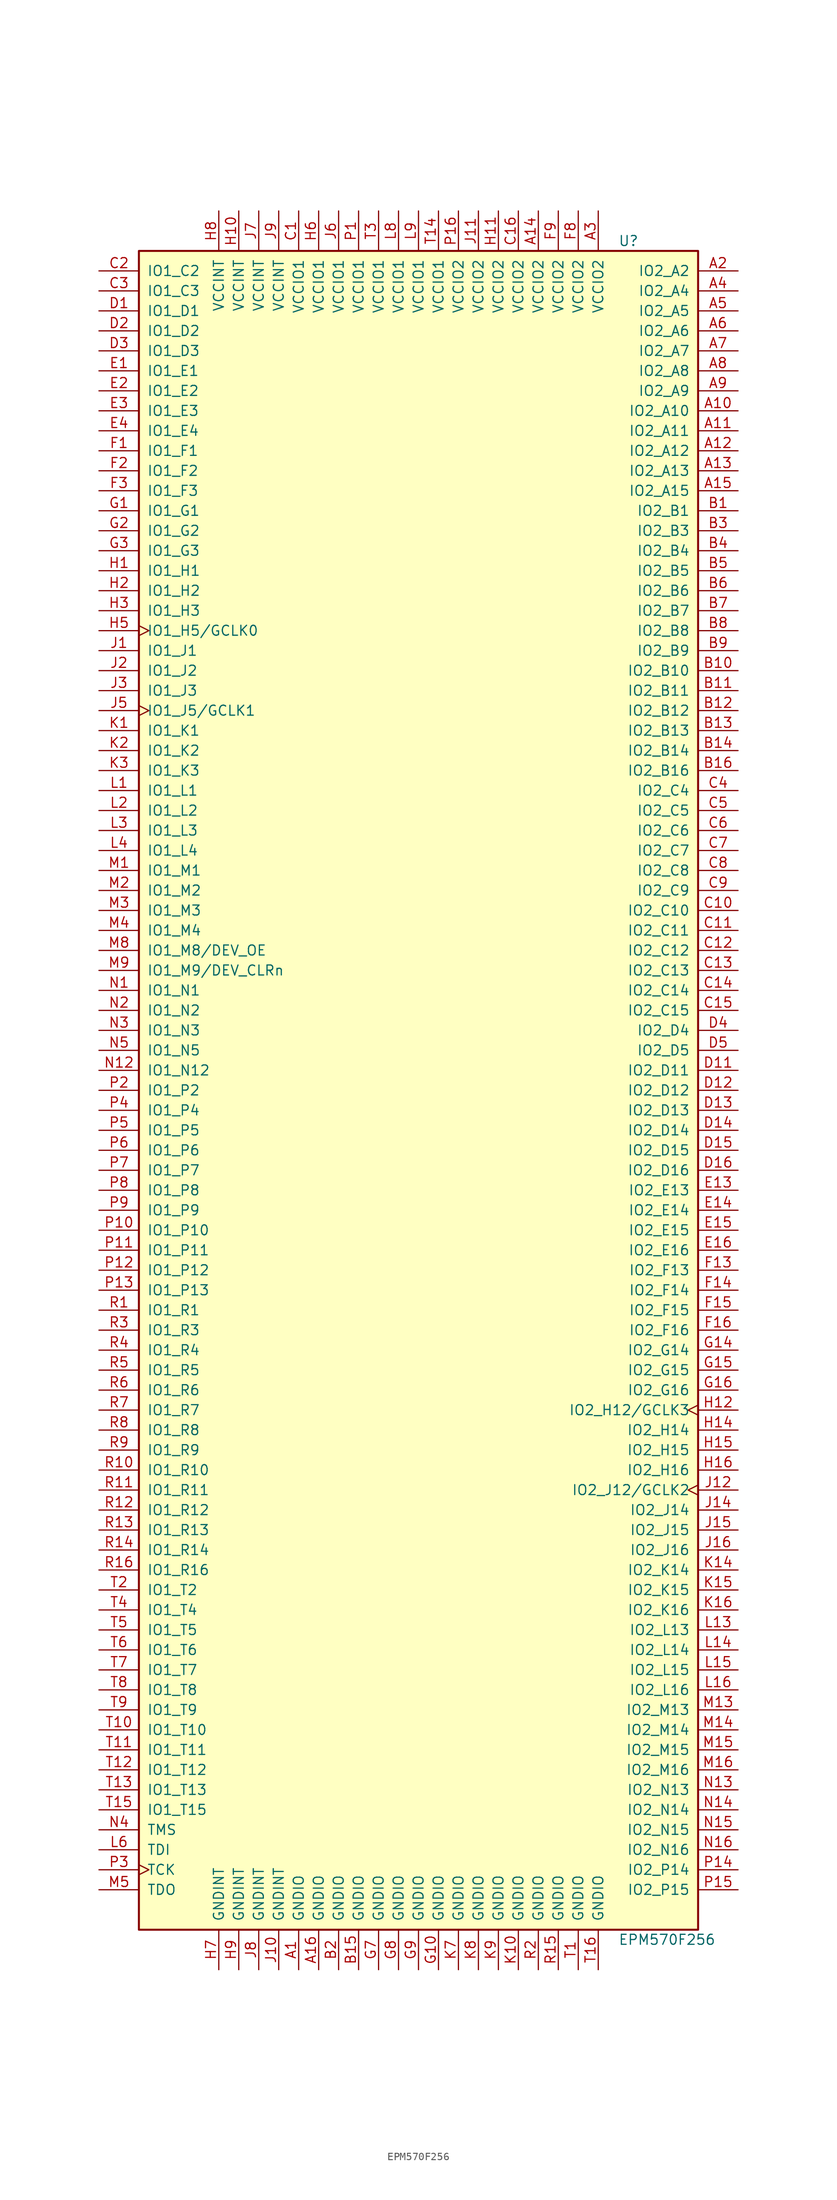
<source format=kicad_sym>
(kicad_symbol_lib
  (version 20201005)
  (generator kicad_symbol_editor)
  (symbol "EPM570F256"
    (pin_names
      (offset 1.016))
    (property "Reference" "U"
      (at 25.4 107.95 0)
      (effects (font (size 1.27 1.27)) (justify left)))
    (property "Value" "EPM570F256"
      (at 25.4 -107.95 0)
      (effects (font (size 1.27 1.27)) (justify left)))
    (property "ki_locked" ""
      (at 0 0 0)
      (effects (font (size 1.27 1.27))))
    (symbol "EPM570F256_1_1"
      (rectangle (start -35.56 106.68) (end 35.56 -106.68) (stroke (width 0.254)) (fill (type background)))
      (pin bidirectional line (at 40.64 104.14 180) (length 5.08) (name "IO2_A2" (effects (font (size 1.27 1.27)))) (number "A2" (effects (font (size 1.27 1.27)))))
      (pin bidirectional line (at 40.64 101.6 180) (length 5.08) (name "IO2_A4" (effects (font (size 1.27 1.27)))) (number "A4" (effects (font (size 1.27 1.27)))))
      (pin bidirectional line (at 40.64 99.06 180) (length 5.08) (name "IO2_A5" (effects (font (size 1.27 1.27)))) (number "A5" (effects (font (size 1.27 1.27)))))
      (pin bidirectional line (at 40.64 96.52 180) (length 5.08) (name "IO2_A6" (effects (font (size 1.27 1.27)))) (number "A6" (effects (font (size 1.27 1.27)))))
      (pin bidirectional line (at 40.64 93.98 180) (length 5.08) (name "IO2_A7" (effects (font (size 1.27 1.27)))) (number "A7" (effects (font (size 1.27 1.27)))))
      (pin bidirectional line (at 40.64 91.44 180) (length 5.08) (name "IO2_A8" (effects (font (size 1.27 1.27)))) (number "A8" (effects (font (size 1.27 1.27)))))
      (pin bidirectional line (at 40.64 88.9 180) (length 5.08) (name "IO2_A9" (effects (font (size 1.27 1.27)))) (number "A9" (effects (font (size 1.27 1.27)))))
      (pin bidirectional line (at 40.64 86.36 180) (length 5.08) (name "IO2_A10" (effects (font (size 1.27 1.27)))) (number "A10" (effects (font (size 1.27 1.27)))))
      (pin bidirectional line (at 40.64 83.82 180) (length 5.08) (name "IO2_A11" (effects (font (size 1.27 1.27)))) (number "A11" (effects (font (size 1.27 1.27)))))
      (pin bidirectional line (at 40.64 81.28 180) (length 5.08) (name "IO2_A12" (effects (font (size 1.27 1.27)))) (number "A12" (effects (font (size 1.27 1.27)))))
      (pin bidirectional line (at 40.64 78.74 180) (length 5.08) (name "IO2_A13" (effects (font (size 1.27 1.27)))) (number "A13" (effects (font (size 1.27 1.27)))))
      (pin bidirectional line (at 40.64 76.2 180) (length 5.08) (name "IO2_A15" (effects (font (size 1.27 1.27)))) (number "A15" (effects (font (size 1.27 1.27)))))
      (pin bidirectional line (at 40.64 73.66 180) (length 5.08) (name "IO2_B1" (effects (font (size 1.27 1.27)))) (number "B1" (effects (font (size 1.27 1.27)))))
      (pin bidirectional line (at 40.64 71.12 180) (length 5.08) (name "IO2_B3" (effects (font (size 1.27 1.27)))) (number "B3" (effects (font (size 1.27 1.27)))))
      (pin bidirectional line (at 40.64 68.58 180) (length 5.08) (name "IO2_B4" (effects (font (size 1.27 1.27)))) (number "B4" (effects (font (size 1.27 1.27)))))
      (pin bidirectional line (at 40.64 66.04 180) (length 5.08) (name "IO2_B5" (effects (font (size 1.27 1.27)))) (number "B5" (effects (font (size 1.27 1.27)))))
      (pin bidirectional line (at 40.64 63.5 180) (length 5.08) (name "IO2_B6" (effects (font (size 1.27 1.27)))) (number "B6" (effects (font (size 1.27 1.27)))))
      (pin bidirectional line (at 40.64 60.96 180) (length 5.08) (name "IO2_B7" (effects (font (size 1.27 1.27)))) (number "B7" (effects (font (size 1.27 1.27)))))
      (pin bidirectional line (at 40.64 58.42 180) (length 5.08) (name "IO2_B8" (effects (font (size 1.27 1.27)))) (number "B8" (effects (font (size 1.27 1.27)))))
      (pin bidirectional line (at 40.64 55.88 180) (length 5.08) (name "IO2_B9" (effects (font (size 1.27 1.27)))) (number "B9" (effects (font (size 1.27 1.27)))))
      (pin bidirectional line (at 40.64 53.34 180) (length 5.08) (name "IO2_B10" (effects (font (size 1.27 1.27)))) (number "B10" (effects (font (size 1.27 1.27)))))
      (pin bidirectional line (at 40.64 50.8 180) (length 5.08) (name "IO2_B11" (effects (font (size 1.27 1.27)))) (number "B11" (effects (font (size 1.27 1.27)))))
      (pin bidirectional line (at 40.64 48.26 180) (length 5.08) (name "IO2_B12" (effects (font (size 1.27 1.27)))) (number "B12" (effects (font (size 1.27 1.27)))))
      (pin bidirectional line (at 40.64 45.72 180) (length 5.08) (name "IO2_B13" (effects (font (size 1.27 1.27)))) (number "B13" (effects (font (size 1.27 1.27)))))
      (pin bidirectional line (at 40.64 43.18 180) (length 5.08) (name "IO2_B14" (effects (font (size 1.27 1.27)))) (number "B14" (effects (font (size 1.27 1.27)))))
      (pin bidirectional line (at 40.64 40.64 180) (length 5.08) (name "IO2_B16" (effects (font (size 1.27 1.27)))) (number "B16" (effects (font (size 1.27 1.27)))))
      (pin bidirectional line (at -40.64 104.14 0) (length 5.08) (name "IO1_C2" (effects (font (size 1.27 1.27)))) (number "C2" (effects (font (size 1.27 1.27)))))
      (pin bidirectional line (at -40.64 101.6 0) (length 5.08) (name "IO1_C3" (effects (font (size 1.27 1.27)))) (number "C3" (effects (font (size 1.27 1.27)))))
      (pin bidirectional line (at 40.64 38.1 180) (length 5.08) (name "IO2_C4" (effects (font (size 1.27 1.27)))) (number "C4" (effects (font (size 1.27 1.27)))))
      (pin bidirectional line (at 40.64 35.56 180) (length 5.08) (name "IO2_C5" (effects (font (size 1.27 1.27)))) (number "C5" (effects (font (size 1.27 1.27)))))
      (pin bidirectional line (at 40.64 33.02 180) (length 5.08) (name "IO2_C6" (effects (font (size 1.27 1.27)))) (number "C6" (effects (font (size 1.27 1.27)))))
      (pin bidirectional line (at 40.64 30.48 180) (length 5.08) (name "IO2_C7" (effects (font (size 1.27 1.27)))) (number "C7" (effects (font (size 1.27 1.27)))))
      (pin bidirectional line (at 40.64 27.94 180) (length 5.08) (name "IO2_C8" (effects (font (size 1.27 1.27)))) (number "C8" (effects (font (size 1.27 1.27)))))
      (pin bidirectional line (at 40.64 25.4 180) (length 5.08) (name "IO2_C9" (effects (font (size 1.27 1.27)))) (number "C9" (effects (font (size 1.27 1.27)))))
      (pin bidirectional line (at 40.64 22.86 180) (length 5.08) (name "IO2_C10" (effects (font (size 1.27 1.27)))) (number "C10" (effects (font (size 1.27 1.27)))))
      (pin bidirectional line (at 40.64 20.32 180) (length 5.08) (name "IO2_C11" (effects (font (size 1.27 1.27)))) (number "C11" (effects (font (size 1.27 1.27)))))
      (pin bidirectional line (at 40.64 17.78 180) (length 5.08) (name "IO2_C12" (effects (font (size 1.27 1.27)))) (number "C12" (effects (font (size 1.27 1.27)))))
      (pin bidirectional line (at 40.64 15.24 180) (length 5.08) (name "IO2_C13" (effects (font (size 1.27 1.27)))) (number "C13" (effects (font (size 1.27 1.27)))))
      (pin bidirectional line (at 40.64 12.7 180) (length 5.08) (name "IO2_C14" (effects (font (size 1.27 1.27)))) (number "C14" (effects (font (size 1.27 1.27)))))
      (pin bidirectional line (at 40.64 10.16 180) (length 5.08) (name "IO2_C15" (effects (font (size 1.27 1.27)))) (number "C15" (effects (font (size 1.27 1.27)))))
      (pin bidirectional line (at -40.64 99.06 0) (length 5.08) (name "IO1_D1" (effects (font (size 1.27 1.27)))) (number "D1" (effects (font (size 1.27 1.27)))))
      (pin bidirectional line (at -40.64 96.52 0) (length 5.08) (name "IO1_D2" (effects (font (size 1.27 1.27)))) (number "D2" (effects (font (size 1.27 1.27)))))
      (pin bidirectional line (at -40.64 93.98 0) (length 5.08) (name "IO1_D3" (effects (font (size 1.27 1.27)))) (number "D3" (effects (font (size 1.27 1.27)))))
      (pin bidirectional line (at 40.64 7.62 180) (length 5.08) (name "IO2_D4" (effects (font (size 1.27 1.27)))) (number "D4" (effects (font (size 1.27 1.27)))))
      (pin bidirectional line (at 40.64 5.08 180) (length 5.08) (name "IO2_D5" (effects (font (size 1.27 1.27)))) (number "D5" (effects (font (size 1.27 1.27)))))
      (pin bidirectional line (at 40.64 2.54 180) (length 5.08) (name "IO2_D11" (effects (font (size 1.27 1.27)))) (number "D11" (effects (font (size 1.27 1.27)))))
      (pin bidirectional line (at 40.64 0 180) (length 5.08) (name "IO2_D12" (effects (font (size 1.27 1.27)))) (number "D12" (effects (font (size 1.27 1.27)))))
      (pin bidirectional line (at 40.64 -2.54 180) (length 5.08) (name "IO2_D13" (effects (font (size 1.27 1.27)))) (number "D13" (effects (font (size 1.27 1.27)))))
      (pin bidirectional line (at 40.64 -5.08 180) (length 5.08) (name "IO2_D14" (effects (font (size 1.27 1.27)))) (number "D14" (effects (font (size 1.27 1.27)))))
      (pin bidirectional line (at 40.64 -7.62 180) (length 5.08) (name "IO2_D15" (effects (font (size 1.27 1.27)))) (number "D15" (effects (font (size 1.27 1.27)))))
      (pin bidirectional line (at 40.64 -10.16 180) (length 5.08) (name "IO2_D16" (effects (font (size 1.27 1.27)))) (number "D16" (effects (font (size 1.27 1.27)))))
      (pin bidirectional line (at -40.64 91.44 0) (length 5.08) (name "IO1_E1" (effects (font (size 1.27 1.27)))) (number "E1" (effects (font (size 1.27 1.27)))))
      (pin bidirectional line (at -40.64 88.9 0) (length 5.08) (name "IO1_E2" (effects (font (size 1.27 1.27)))) (number "E2" (effects (font (size 1.27 1.27)))))
      (pin bidirectional line (at -40.64 86.36 0) (length 5.08) (name "IO1_E3" (effects (font (size 1.27 1.27)))) (number "E3" (effects (font (size 1.27 1.27)))))
      (pin bidirectional line (at -40.64 83.82 0) (length 5.08) (name "IO1_E4" (effects (font (size 1.27 1.27)))) (number "E4" (effects (font (size 1.27 1.27)))))
      (pin bidirectional line (at 40.64 -12.7 180) (length 5.08) (name "IO2_E13" (effects (font (size 1.27 1.27)))) (number "E13" (effects (font (size 1.27 1.27)))))
      (pin bidirectional line (at 40.64 -15.24 180) (length 5.08) (name "IO2_E14" (effects (font (size 1.27 1.27)))) (number "E14" (effects (font (size 1.27 1.27)))))
      (pin bidirectional line (at 40.64 -17.78 180) (length 5.08) (name "IO2_E15" (effects (font (size 1.27 1.27)))) (number "E15" (effects (font (size 1.27 1.27)))))
      (pin bidirectional line (at 40.64 -20.32 180) (length 5.08) (name "IO2_E16" (effects (font (size 1.27 1.27)))) (number "E16" (effects (font (size 1.27 1.27)))))
      (pin bidirectional line (at -40.64 81.28 0) (length 5.08) (name "IO1_F1" (effects (font (size 1.27 1.27)))) (number "F1" (effects (font (size 1.27 1.27)))))
      (pin bidirectional line (at -40.64 78.74 0) (length 5.08) (name "IO1_F2" (effects (font (size 1.27 1.27)))) (number "F2" (effects (font (size 1.27 1.27)))))
      (pin bidirectional line (at -40.64 76.2 0) (length 5.08) (name "IO1_F3" (effects (font (size 1.27 1.27)))) (number "F3" (effects (font (size 1.27 1.27)))))
      (pin bidirectional line (at 40.64 -22.86 180) (length 5.08) (name "IO2_F13" (effects (font (size 1.27 1.27)))) (number "F13" (effects (font (size 1.27 1.27)))))
      (pin bidirectional line (at 40.64 -25.4 180) (length 5.08) (name "IO2_F14" (effects (font (size 1.27 1.27)))) (number "F14" (effects (font (size 1.27 1.27)))))
      (pin bidirectional line (at 40.64 -27.94 180) (length 5.08) (name "IO2_F15" (effects (font (size 1.27 1.27)))) (number "F15" (effects (font (size 1.27 1.27)))))
      (pin bidirectional line (at 40.64 -30.48 180) (length 5.08) (name "IO2_F16" (effects (font (size 1.27 1.27)))) (number "F16" (effects (font (size 1.27 1.27)))))
      (pin bidirectional line (at -40.64 73.66 0) (length 5.08) (name "IO1_G1" (effects (font (size 1.27 1.27)))) (number "G1" (effects (font (size 1.27 1.27)))))
      (pin bidirectional line (at -40.64 71.12 0) (length 5.08) (name "IO1_G2" (effects (font (size 1.27 1.27)))) (number "G2" (effects (font (size 1.27 1.27)))))
      (pin bidirectional line (at -40.64 68.58 0) (length 5.08) (name "IO1_G3" (effects (font (size 1.27 1.27)))) (number "G3" (effects (font (size 1.27 1.27)))))
      (pin bidirectional line (at 40.64 -33.02 180) (length 5.08) (name "IO2_G14" (effects (font (size 1.27 1.27)))) (number "G14" (effects (font (size 1.27 1.27)))))
      (pin bidirectional line (at 40.64 -35.56 180) (length 5.08) (name "IO2_G15" (effects (font (size 1.27 1.27)))) (number "G15" (effects (font (size 1.27 1.27)))))
      (pin bidirectional line (at 40.64 -38.1 180) (length 5.08) (name "IO2_G16" (effects (font (size 1.27 1.27)))) (number "G16" (effects (font (size 1.27 1.27)))))
      (pin bidirectional line (at -40.64 66.04 0) (length 5.08) (name "IO1_H1" (effects (font (size 1.27 1.27)))) (number "H1" (effects (font (size 1.27 1.27)))))
      (pin bidirectional line (at -40.64 63.5 0) (length 5.08) (name "IO1_H2" (effects (font (size 1.27 1.27)))) (number "H2" (effects (font (size 1.27 1.27)))))
      (pin bidirectional line (at -40.64 60.96 0) (length 5.08) (name "IO1_H3" (effects (font (size 1.27 1.27)))) (number "H3" (effects (font (size 1.27 1.27)))))
      (pin bidirectional clock (at -40.64 58.42 0) (length 5.08) (name "IO1_H5/GCLK0" (effects (font (size 1.27 1.27)))) (number "H5" (effects (font (size 1.27 1.27)))))
      (pin bidirectional clock (at 40.64 -40.64 180) (length 5.08) (name "IO2_H12/GCLK3" (effects (font (size 1.27 1.27)))) (number "H12" (effects (font (size 1.27 1.27)))))
      (pin bidirectional line (at 40.64 -43.18 180) (length 5.08) (name "IO2_H14" (effects (font (size 1.27 1.27)))) (number "H14" (effects (font (size 1.27 1.27)))))
      (pin bidirectional line (at 40.64 -45.72 180) (length 5.08) (name "IO2_H15" (effects (font (size 1.27 1.27)))) (number "H15" (effects (font (size 1.27 1.27)))))
      (pin bidirectional line (at 40.64 -48.26 180) (length 5.08) (name "IO2_H16" (effects (font (size 1.27 1.27)))) (number "H16" (effects (font (size 1.27 1.27)))))
      (pin bidirectional line (at -40.64 55.88 0) (length 5.08) (name "IO1_J1" (effects (font (size 1.27 1.27)))) (number "J1" (effects (font (size 1.27 1.27)))))
      (pin bidirectional line (at -40.64 53.34 0) (length 5.08) (name "IO1_J2" (effects (font (size 1.27 1.27)))) (number "J2" (effects (font (size 1.27 1.27)))))
      (pin bidirectional line (at -40.64 50.8 0) (length 5.08) (name "IO1_J3" (effects (font (size 1.27 1.27)))) (number "J3" (effects (font (size 1.27 1.27)))))
      (pin bidirectional clock (at -40.64 48.26 0) (length 5.08) (name "IO1_J5/GCLK1" (effects (font (size 1.27 1.27)))) (number "J5" (effects (font (size 1.27 1.27)))))
      (pin bidirectional clock (at 40.64 -50.8 180) (length 5.08) (name "IO2_J12/GCLK2" (effects (font (size 1.27 1.27)))) (number "J12" (effects (font (size 1.27 1.27)))))
      (pin bidirectional line (at 40.64 -53.34 180) (length 5.08) (name "IO2_J14" (effects (font (size 1.27 1.27)))) (number "J14" (effects (font (size 1.27 1.27)))))
      (pin bidirectional line (at 40.64 -55.88 180) (length 5.08) (name "IO2_J15" (effects (font (size 1.27 1.27)))) (number "J15" (effects (font (size 1.27 1.27)))))
      (pin bidirectional line (at 40.64 -58.42 180) (length 5.08) (name "IO2_J16" (effects (font (size 1.27 1.27)))) (number "J16" (effects (font (size 1.27 1.27)))))
      (pin bidirectional line (at -40.64 45.72 0) (length 5.08) (name "IO1_K1" (effects (font (size 1.27 1.27)))) (number "K1" (effects (font (size 1.27 1.27)))))
      (pin bidirectional line (at -40.64 43.18 0) (length 5.08) (name "IO1_K2" (effects (font (size 1.27 1.27)))) (number "K2" (effects (font (size 1.27 1.27)))))
      (pin bidirectional line (at -40.64 40.64 0) (length 5.08) (name "IO1_K3" (effects (font (size 1.27 1.27)))) (number "K3" (effects (font (size 1.27 1.27)))))
      (pin bidirectional line (at 40.64 -60.96 180) (length 5.08) (name "IO2_K14" (effects (font (size 1.27 1.27)))) (number "K14" (effects (font (size 1.27 1.27)))))
      (pin bidirectional line (at 40.64 -63.5 180) (length 5.08) (name "IO2_K15" (effects (font (size 1.27 1.27)))) (number "K15" (effects (font (size 1.27 1.27)))))
      (pin bidirectional line (at 40.64 -66.04 180) (length 5.08) (name "IO2_K16" (effects (font (size 1.27 1.27)))) (number "K16" (effects (font (size 1.27 1.27)))))
      (pin bidirectional line (at -40.64 38.1 0) (length 5.08) (name "IO1_L1" (effects (font (size 1.27 1.27)))) (number "L1" (effects (font (size 1.27 1.27)))))
      (pin bidirectional line (at -40.64 35.56 0) (length 5.08) (name "IO1_L2" (effects (font (size 1.27 1.27)))) (number "L2" (effects (font (size 1.27 1.27)))))
      (pin bidirectional line (at -40.64 33.02 0) (length 5.08) (name "IO1_L3" (effects (font (size 1.27 1.27)))) (number "L3" (effects (font (size 1.27 1.27)))))
      (pin bidirectional line (at -40.64 30.48 0) (length 5.08) (name "IO1_L4" (effects (font (size 1.27 1.27)))) (number "L4" (effects (font (size 1.27 1.27)))))
      (pin bidirectional line (at 40.64 -68.58 180) (length 5.08) (name "IO2_L13" (effects (font (size 1.27 1.27)))) (number "L13" (effects (font (size 1.27 1.27)))))
      (pin bidirectional line (at 40.64 -71.12 180) (length 5.08) (name "IO2_L14" (effects (font (size 1.27 1.27)))) (number "L14" (effects (font (size 1.27 1.27)))))
      (pin bidirectional line (at 40.64 -73.66 180) (length 5.08) (name "IO2_L15" (effects (font (size 1.27 1.27)))) (number "L15" (effects (font (size 1.27 1.27)))))
      (pin bidirectional line (at 40.64 -76.2 180) (length 5.08) (name "IO2_L16" (effects (font (size 1.27 1.27)))) (number "L16" (effects (font (size 1.27 1.27)))))
      (pin bidirectional line (at -40.64 27.94 0) (length 5.08) (name "IO1_M1" (effects (font (size 1.27 1.27)))) (number "M1" (effects (font (size 1.27 1.27)))))
      (pin bidirectional line (at -40.64 25.4 0) (length 5.08) (name "IO1_M2" (effects (font (size 1.27 1.27)))) (number "M2" (effects (font (size 1.27 1.27)))))
      (pin bidirectional line (at -40.64 22.86 0) (length 5.08) (name "IO1_M3" (effects (font (size 1.27 1.27)))) (number "M3" (effects (font (size 1.27 1.27)))))
      (pin bidirectional line (at -40.64 20.32 0) (length 5.08) (name "IO1_M4" (effects (font (size 1.27 1.27)))) (number "M4" (effects (font (size 1.27 1.27)))))
      (pin bidirectional line (at -40.64 17.78 0) (length 5.08) (name "IO1_M8/DEV_OE" (effects (font (size 1.27 1.27)))) (number "M8" (effects (font (size 1.27 1.27)))))
      (pin bidirectional line (at -40.64 15.24 0) (length 5.08) (name "IO1_M9/DEV_CLRn" (effects (font (size 1.27 1.27)))) (number "M9" (effects (font (size 1.27 1.27)))))
      (pin bidirectional line (at 40.64 -78.74 180) (length 5.08) (name "IO2_M13" (effects (font (size 1.27 1.27)))) (number "M13" (effects (font (size 1.27 1.27)))))
      (pin bidirectional line (at 40.64 -81.28 180) (length 5.08) (name "IO2_M14" (effects (font (size 1.27 1.27)))) (number "M14" (effects (font (size 1.27 1.27)))))
      (pin bidirectional line (at 40.64 -83.82 180) (length 5.08) (name "IO2_M15" (effects (font (size 1.27 1.27)))) (number "M15" (effects (font (size 1.27 1.27)))))
      (pin bidirectional line (at 40.64 -86.36 180) (length 5.08) (name "IO2_M16" (effects (font (size 1.27 1.27)))) (number "M16" (effects (font (size 1.27 1.27)))))
      (pin bidirectional line (at -40.64 12.7 0) (length 5.08) (name "IO1_N1" (effects (font (size 1.27 1.27)))) (number "N1" (effects (font (size 1.27 1.27)))))
      (pin bidirectional line (at -40.64 10.16 0) (length 5.08) (name "IO1_N2" (effects (font (size 1.27 1.27)))) (number "N2" (effects (font (size 1.27 1.27)))))
      (pin bidirectional line (at -40.64 7.62 0) (length 5.08) (name "IO1_N3" (effects (font (size 1.27 1.27)))) (number "N3" (effects (font (size 1.27 1.27)))))
      (pin bidirectional line (at -40.64 5.08 0) (length 5.08) (name "IO1_N5" (effects (font (size 1.27 1.27)))) (number "N5" (effects (font (size 1.27 1.27)))))
      (pin bidirectional line (at -40.64 2.54 0) (length 5.08) (name "IO1_N12" (effects (font (size 1.27 1.27)))) (number "N12" (effects (font (size 1.27 1.27)))))
      (pin bidirectional line (at 40.64 -88.9 180) (length 5.08) (name "IO2_N13" (effects (font (size 1.27 1.27)))) (number "N13" (effects (font (size 1.27 1.27)))))
      (pin bidirectional line (at 40.64 -91.44 180) (length 5.08) (name "IO2_N14" (effects (font (size 1.27 1.27)))) (number "N14" (effects (font (size 1.27 1.27)))))
      (pin bidirectional line (at 40.64 -93.98 180) (length 5.08) (name "IO2_N15" (effects (font (size 1.27 1.27)))) (number "N15" (effects (font (size 1.27 1.27)))))
      (pin bidirectional line (at 40.64 -96.52 180) (length 5.08) (name "IO2_N16" (effects (font (size 1.27 1.27)))) (number "N16" (effects (font (size 1.27 1.27)))))
      (pin bidirectional line (at -40.64 0 0) (length 5.08) (name "IO1_P2" (effects (font (size 1.27 1.27)))) (number "P2" (effects (font (size 1.27 1.27)))))
      (pin bidirectional line (at -40.64 -2.54 0) (length 5.08) (name "IO1_P4" (effects (font (size 1.27 1.27)))) (number "P4" (effects (font (size 1.27 1.27)))))
      (pin bidirectional line (at -40.64 -5.08 0) (length 5.08) (name "IO1_P5" (effects (font (size 1.27 1.27)))) (number "P5" (effects (font (size 1.27 1.27)))))
      (pin bidirectional line (at -40.64 -7.62 0) (length 5.08) (name "IO1_P6" (effects (font (size 1.27 1.27)))) (number "P6" (effects (font (size 1.27 1.27)))))
      (pin bidirectional line (at -40.64 -10.16 0) (length 5.08) (name "IO1_P7" (effects (font (size 1.27 1.27)))) (number "P7" (effects (font (size 1.27 1.27)))))
      (pin bidirectional line (at -40.64 -12.7 0) (length 5.08) (name "IO1_P8" (effects (font (size 1.27 1.27)))) (number "P8" (effects (font (size 1.27 1.27)))))
      (pin bidirectional line (at -40.64 -15.24 0) (length 5.08) (name "IO1_P9" (effects (font (size 1.27 1.27)))) (number "P9" (effects (font (size 1.27 1.27)))))
      (pin bidirectional line (at -40.64 -17.78 0) (length 5.08) (name "IO1_P10" (effects (font (size 1.27 1.27)))) (number "P10" (effects (font (size 1.27 1.27)))))
      (pin bidirectional line (at -40.64 -20.32 0) (length 5.08) (name "IO1_P11" (effects (font (size 1.27 1.27)))) (number "P11" (effects (font (size 1.27 1.27)))))
      (pin bidirectional line (at -40.64 -22.86 0) (length 5.08) (name "IO1_P12" (effects (font (size 1.27 1.27)))) (number "P12" (effects (font (size 1.27 1.27)))))
      (pin bidirectional line (at -40.64 -25.4 0) (length 5.08) (name "IO1_P13" (effects (font (size 1.27 1.27)))) (number "P13" (effects (font (size 1.27 1.27)))))
      (pin bidirectional line (at 40.64 -99.06 180) (length 5.08) (name "IO2_P14" (effects (font (size 1.27 1.27)))) (number "P14" (effects (font (size 1.27 1.27)))))
      (pin bidirectional line (at 40.64 -101.6 180) (length 5.08) (name "IO2_P15" (effects (font (size 1.27 1.27)))) (number "P15" (effects (font (size 1.27 1.27)))))
      (pin bidirectional line (at -40.64 -27.94 0) (length 5.08) (name "IO1_R1" (effects (font (size 1.27 1.27)))) (number "R1" (effects (font (size 1.27 1.27)))))
      (pin bidirectional line (at -40.64 -30.48 0) (length 5.08) (name "IO1_R3" (effects (font (size 1.27 1.27)))) (number "R3" (effects (font (size 1.27 1.27)))))
      (pin bidirectional line (at -40.64 -33.02 0) (length 5.08) (name "IO1_R4" (effects (font (size 1.27 1.27)))) (number "R4" (effects (font (size 1.27 1.27)))))
      (pin bidirectional line (at -40.64 -35.56 0) (length 5.08) (name "IO1_R5" (effects (font (size 1.27 1.27)))) (number "R5" (effects (font (size 1.27 1.27)))))
      (pin bidirectional line (at -40.64 -38.1 0) (length 5.08) (name "IO1_R6" (effects (font (size 1.27 1.27)))) (number "R6" (effects (font (size 1.27 1.27)))))
      (pin bidirectional line (at -40.64 -40.64 0) (length 5.08) (name "IO1_R7" (effects (font (size 1.27 1.27)))) (number "R7" (effects (font (size 1.27 1.27)))))
      (pin bidirectional line (at -40.64 -43.18 0) (length 5.08) (name "IO1_R8" (effects (font (size 1.27 1.27)))) (number "R8" (effects (font (size 1.27 1.27)))))
      (pin bidirectional line (at -40.64 -45.72 0) (length 5.08) (name "IO1_R9" (effects (font (size 1.27 1.27)))) (number "R9" (effects (font (size 1.27 1.27)))))
      (pin bidirectional line (at -40.64 -48.26 0) (length 5.08) (name "IO1_R10" (effects (font (size 1.27 1.27)))) (number "R10" (effects (font (size 1.27 1.27)))))
      (pin bidirectional line (at -40.64 -50.8 0) (length 5.08) (name "IO1_R11" (effects (font (size 1.27 1.27)))) (number "R11" (effects (font (size 1.27 1.27)))))
      (pin bidirectional line (at -40.64 -53.34 0) (length 5.08) (name "IO1_R12" (effects (font (size 1.27 1.27)))) (number "R12" (effects (font (size 1.27 1.27)))))
      (pin bidirectional line (at -40.64 -55.88 0) (length 5.08) (name "IO1_R13" (effects (font (size 1.27 1.27)))) (number "R13" (effects (font (size 1.27 1.27)))))
      (pin bidirectional line (at -40.64 -58.42 0) (length 5.08) (name "IO1_R14" (effects (font (size 1.27 1.27)))) (number "R14" (effects (font (size 1.27 1.27)))))
      (pin bidirectional line (at -40.64 -60.96 0) (length 5.08) (name "IO1_R16" (effects (font (size 1.27 1.27)))) (number "R16" (effects (font (size 1.27 1.27)))))
      (pin bidirectional line (at -40.64 -63.5 0) (length 5.08) (name "IO1_T2" (effects (font (size 1.27 1.27)))) (number "T2" (effects (font (size 1.27 1.27)))))
      (pin bidirectional line (at -40.64 -66.04 0) (length 5.08) (name "IO1_T4" (effects (font (size 1.27 1.27)))) (number "T4" (effects (font (size 1.27 1.27)))))
      (pin bidirectional line (at -40.64 -68.58 0) (length 5.08) (name "IO1_T5" (effects (font (size 1.27 1.27)))) (number "T5" (effects (font (size 1.27 1.27)))))
      (pin bidirectional line (at -40.64 -71.12 0) (length 5.08) (name "IO1_T6" (effects (font (size 1.27 1.27)))) (number "T6" (effects (font (size 1.27 1.27)))))
      (pin bidirectional line (at -40.64 -73.66 0) (length 5.08) (name "IO1_T7" (effects (font (size 1.27 1.27)))) (number "T7" (effects (font (size 1.27 1.27)))))
      (pin bidirectional line (at -40.64 -76.2 0) (length 5.08) (name "IO1_T8" (effects (font (size 1.27 1.27)))) (number "T8" (effects (font (size 1.27 1.27)))))
      (pin bidirectional line (at -40.64 -78.74 0) (length 5.08) (name "IO1_T9" (effects (font (size 1.27 1.27)))) (number "T9" (effects (font (size 1.27 1.27)))))
      (pin bidirectional line (at -40.64 -81.28 0) (length 5.08) (name "IO1_T10" (effects (font (size 1.27 1.27)))) (number "T10" (effects (font (size 1.27 1.27)))))
      (pin bidirectional line (at -40.64 -83.82 0) (length 5.08) (name "IO1_T11" (effects (font (size 1.27 1.27)))) (number "T11" (effects (font (size 1.27 1.27)))))
      (pin bidirectional line (at -40.64 -86.36 0) (length 5.08) (name "IO1_T12" (effects (font (size 1.27 1.27)))) (number "T12" (effects (font (size 1.27 1.27)))))
      (pin bidirectional line (at -40.64 -88.9 0) (length 5.08) (name "IO1_T13" (effects (font (size 1.27 1.27)))) (number "T13" (effects (font (size 1.27 1.27)))))
      (pin bidirectional line (at -40.64 -91.44 0) (length 5.08) (name "IO1_T15" (effects (font (size 1.27 1.27)))) (number "T15" (effects (font (size 1.27 1.27)))))
      (pin input line (at -40.64 -93.98 0) (length 5.08) (name "TMS" (effects (font (size 1.27 1.27)))) (number "N4" (effects (font (size 1.27 1.27)))))
      (pin input line (at -40.64 -96.52 0) (length 5.08) (name "TDI" (effects (font (size 1.27 1.27)))) (number "L6" (effects (font (size 1.27 1.27)))))
      (pin input clock (at -40.64 -99.06 0) (length 5.08) (name "TCK" (effects (font (size 1.27 1.27)))) (number "P3" (effects (font (size 1.27 1.27)))))
      (pin output line (at -40.64 -101.6 0) (length 5.08) (name "TDO" (effects (font (size 1.27 1.27)))) (number "M5" (effects (font (size 1.27 1.27)))))
      (pin power_in line (at -25.4 -111.76 90) (length 5.08) (name "GNDINT" (effects (font (size 1.27 1.27)))) (number "H7" (effects (font (size 1.27 1.27)))))
      (pin power_in line (at -22.86 -111.76 90) (length 5.08) (name "GNDINT" (effects (font (size 1.27 1.27)))) (number "H9" (effects (font (size 1.27 1.27)))))
      (pin power_in line (at -20.32 -111.76 90) (length 5.08) (name "GNDINT" (effects (font (size 1.27 1.27)))) (number "J8" (effects (font (size 1.27 1.27)))))
      (pin power_in line (at -17.78 -111.76 90) (length 5.08) (name "GNDINT" (effects (font (size 1.27 1.27)))) (number "J10" (effects (font (size 1.27 1.27)))))
      (pin power_in line (at -15.24 -111.76 90) (length 5.08) (name "GNDIO" (effects (font (size 1.27 1.27)))) (number "A1" (effects (font (size 1.27 1.27)))))
      (pin power_in line (at -12.7 -111.76 90) (length 5.08) (name "GNDIO" (effects (font (size 1.27 1.27)))) (number "A16" (effects (font (size 1.27 1.27)))))
      (pin power_in line (at -10.16 -111.76 90) (length 5.08) (name "GNDIO" (effects (font (size 1.27 1.27)))) (number "B2" (effects (font (size 1.27 1.27)))))
      (pin power_in line (at -7.62 -111.76 90) (length 5.08) (name "GNDIO" (effects (font (size 1.27 1.27)))) (number "B15" (effects (font (size 1.27 1.27)))))
      (pin power_in line (at -5.08 -111.76 90) (length 5.08) (name "GNDIO" (effects (font (size 1.27 1.27)))) (number "G7" (effects (font (size 1.27 1.27)))))
      (pin power_in line (at -2.54 -111.76 90) (length 5.08) (name "GNDIO" (effects (font (size 1.27 1.27)))) (number "G8" (effects (font (size 1.27 1.27)))))
      (pin power_in line (at 0 -111.76 90) (length 5.08) (name "GNDIO" (effects (font (size 1.27 1.27)))) (number "G9" (effects (font (size 1.27 1.27)))))
      (pin power_in line (at 2.54 -111.76 90) (length 5.08) (name "GNDIO" (effects (font (size 1.27 1.27)))) (number "G10" (effects (font (size 1.27 1.27)))))
      (pin power_in line (at 5.08 -111.76 90) (length 5.08) (name "GNDIO" (effects (font (size 1.27 1.27)))) (number "K7" (effects (font (size 1.27 1.27)))))
      (pin power_in line (at 7.62 -111.76 90) (length 5.08) (name "GNDIO" (effects (font (size 1.27 1.27)))) (number "K8" (effects (font (size 1.27 1.27)))))
      (pin power_in line (at 10.16 -111.76 90) (length 5.08) (name "GNDIO" (effects (font (size 1.27 1.27)))) (number "K9" (effects (font (size 1.27 1.27)))))
      (pin power_in line (at 12.7 -111.76 90) (length 5.08) (name "GNDIO" (effects (font (size 1.27 1.27)))) (number "K10" (effects (font (size 1.27 1.27)))))
      (pin power_in line (at 15.24 -111.76 90) (length 5.08) (name "GNDIO" (effects (font (size 1.27 1.27)))) (number "R2" (effects (font (size 1.27 1.27)))))
      (pin power_in line (at 17.78 -111.76 90) (length 5.08) (name "GNDIO" (effects (font (size 1.27 1.27)))) (number "R15" (effects (font (size 1.27 1.27)))))
      (pin power_in line (at 20.32 -111.76 90) (length 5.08) (name "GNDIO" (effects (font (size 1.27 1.27)))) (number "T1" (effects (font (size 1.27 1.27)))))
      (pin power_in line (at 22.86 -111.76 90) (length 5.08) (name "GNDIO" (effects (font (size 1.27 1.27)))) (number "T16" (effects (font (size 1.27 1.27)))))
      (pin power_in line (at -25.4 111.76 270) (length 5.08) (name "VCCINT" (effects (font (size 1.27 1.27)))) (number "H8" (effects (font (size 1.27 1.27)))))
      (pin power_in line (at -22.86 111.76 270) (length 5.08) (name "VCCINT" (effects (font (size 1.27 1.27)))) (number "H10" (effects (font (size 1.27 1.27)))))
      (pin power_in line (at -20.32 111.76 270) (length 5.08) (name "VCCINT" (effects (font (size 1.27 1.27)))) (number "J7" (effects (font (size 1.27 1.27)))))
      (pin power_in line (at -17.78 111.76 270) (length 5.08) (name "VCCINT" (effects (font (size 1.27 1.27)))) (number "J9" (effects (font (size 1.27 1.27)))))
      (pin power_in line (at -15.24 111.76 270) (length 5.08) (name "VCCIO1" (effects (font (size 1.27 1.27)))) (number "C1" (effects (font (size 1.27 1.27)))))
      (pin power_in line (at -12.7 111.76 270) (length 5.08) (name "VCCIO1" (effects (font (size 1.27 1.27)))) (number "H6" (effects (font (size 1.27 1.27)))))
      (pin power_in line (at -10.16 111.76 270) (length 5.08) (name "VCCIO1" (effects (font (size 1.27 1.27)))) (number "J6" (effects (font (size 1.27 1.27)))))
      (pin power_in line (at -7.62 111.76 270) (length 5.08) (name "VCCIO1" (effects (font (size 1.27 1.27)))) (number "P1" (effects (font (size 1.27 1.27)))))
      (pin power_in line (at -5.08 111.76 270) (length 5.08) (name "VCCIO1" (effects (font (size 1.27 1.27)))) (number "T3" (effects (font (size 1.27 1.27)))))
      (pin power_in line (at -2.54 111.76 270) (length 5.08) (name "VCCIO1" (effects (font (size 1.27 1.27)))) (number "L8" (effects (font (size 1.27 1.27)))))
      (pin power_in line (at 0 111.76 270) (length 5.08) (name "VCCIO1" (effects (font (size 1.27 1.27)))) (number "L9" (effects (font (size 1.27 1.27)))))
      (pin power_in line (at 2.54 111.76 270) (length 5.08) (name "VCCIO1" (effects (font (size 1.27 1.27)))) (number "T14" (effects (font (size 1.27 1.27)))))
      (pin power_in line (at 5.08 111.76 270) (length 5.08) (name "VCCIO2" (effects (font (size 1.27 1.27)))) (number "P16" (effects (font (size 1.27 1.27)))))
      (pin power_in line (at 7.62 111.76 270) (length 5.08) (name "VCCIO2" (effects (font (size 1.27 1.27)))) (number "J11" (effects (font (size 1.27 1.27)))))
      (pin power_in line (at 10.16 111.76 270) (length 5.08) (name "VCCIO2" (effects (font (size 1.27 1.27)))) (number "H11" (effects (font (size 1.27 1.27)))))
      (pin power_in line (at 12.7 111.76 270) (length 5.08) (name "VCCIO2" (effects (font (size 1.27 1.27)))) (number "C16" (effects (font (size 1.27 1.27)))))
      (pin power_in line (at 15.24 111.76 270) (length 5.08) (name "VCCIO2" (effects (font (size 1.27 1.27)))) (number "A14" (effects (font (size 1.27 1.27)))))
      (pin power_in line (at 17.78 111.76 270) (length 5.08) (name "VCCIO2" (effects (font (size 1.27 1.27)))) (number "F9" (effects (font (size 1.27 1.27)))))
      (pin power_in line (at 20.32 111.76 270) (length 5.08) (name "VCCIO2" (effects (font (size 1.27 1.27)))) (number "F8" (effects (font (size 1.27 1.27)))))
      (pin power_in line (at 22.86 111.76 270) (length 5.08) (name "VCCIO2" (effects (font (size 1.27 1.27)))) (number "A3" (effects (font (size 1.27 1.27))))))))
</source>
